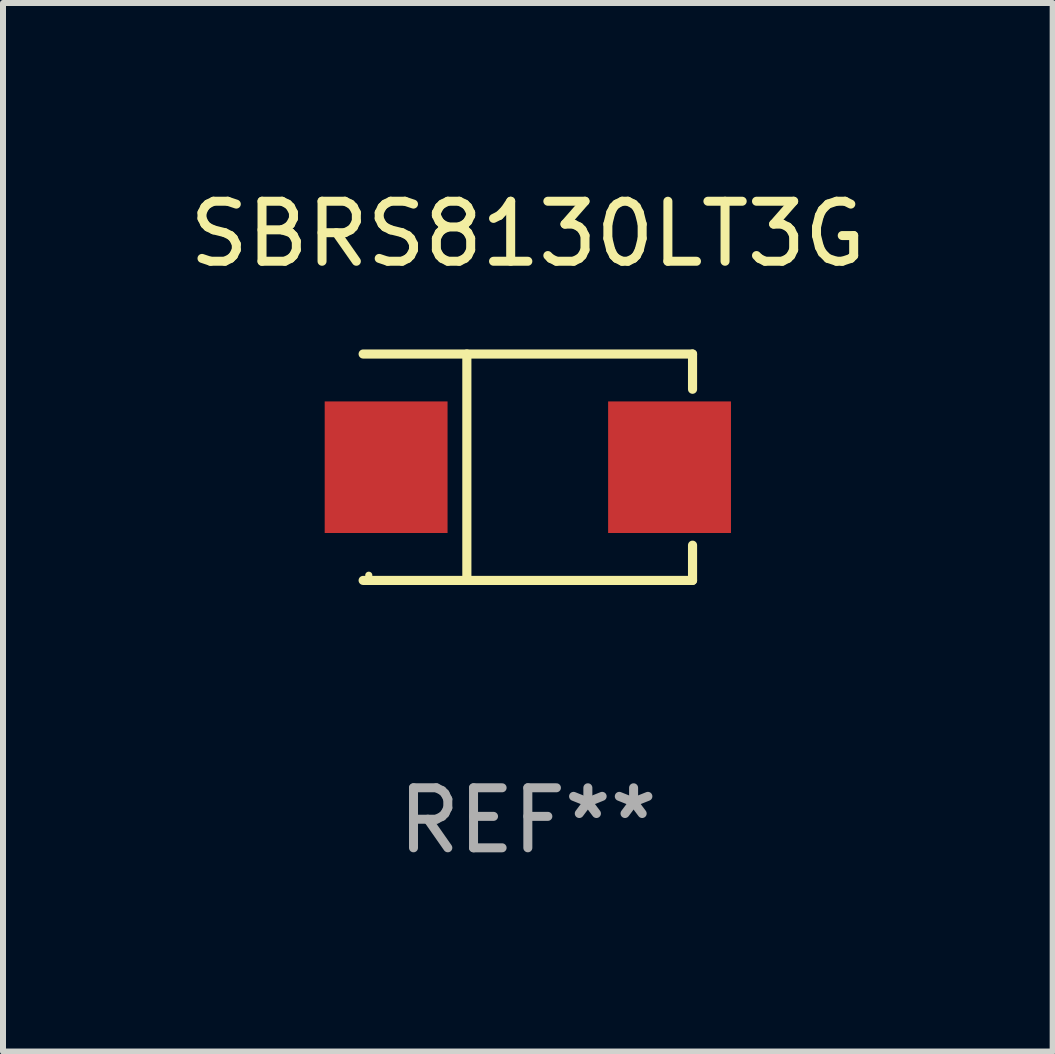
<source format=kicad_pcb>
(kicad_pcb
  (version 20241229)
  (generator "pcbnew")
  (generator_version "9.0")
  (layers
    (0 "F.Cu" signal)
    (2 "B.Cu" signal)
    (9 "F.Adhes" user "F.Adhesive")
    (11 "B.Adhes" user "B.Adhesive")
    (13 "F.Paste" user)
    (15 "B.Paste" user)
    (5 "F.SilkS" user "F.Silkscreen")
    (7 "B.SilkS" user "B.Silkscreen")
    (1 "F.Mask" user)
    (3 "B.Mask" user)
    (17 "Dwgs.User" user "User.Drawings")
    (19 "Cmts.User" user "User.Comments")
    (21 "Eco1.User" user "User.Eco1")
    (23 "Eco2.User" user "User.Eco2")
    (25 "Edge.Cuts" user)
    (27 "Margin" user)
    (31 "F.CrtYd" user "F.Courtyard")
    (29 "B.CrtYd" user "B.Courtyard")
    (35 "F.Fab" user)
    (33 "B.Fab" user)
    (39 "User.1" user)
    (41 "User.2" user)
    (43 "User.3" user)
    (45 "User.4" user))
  (footprint "SBRS8130LT3G"
    (layer "F.Cu")
    (at 5.744 4.734)
    (property "Reference" "SBRS8130LT3G" (at 0 -3.886 0) (layer "F.SilkS") (effects (font (size 1 1) (thickness 0.15))))
    (attr through_hole)
    (fp_line (start -2.744 -1.886) (end 2.744 -1.886) (stroke (width 0.152) (type solid)) (layer "F.SilkS"))
    (fp_line (start -2.744 1.886) (end 2.744 1.886) (stroke (width 0.152) (type solid)) (layer "F.SilkS"))
    (fp_line (start -1.016 -1.886) (end -1.016 1.886) (stroke (width 0.152) (type solid)) (layer "F.SilkS"))
    (fp_line (start 2.744 -1.886) (end 2.744 -1.299) (stroke (width 0.152) (type solid)) (layer "F.SilkS"))
    (fp_line (start 2.744 1.886) (end 2.744 1.299) (stroke (width 0.152) (type solid)) (layer "F.SilkS"))
    (fp_circle (center -2.65 1.8) (end -2.62 1.8) (stroke (width 0.06) (type solid)) (fill no) (layer "F.SilkS"))
    (fp_text user "REF**" (at 0 5.886 0) (layer "F.Fab") (effects (font (size 1 1) (thickness 0.15))))
    (pad "1" smd rect (at -2.361 0) (size 2.047 2.192) (layers "F.Cu" "F.Mask" "F.Paste"))
    (pad "2" smd rect (at 2.361 0) (size 2.047 2.192) (layers "F.Cu" "F.Mask" "F.Paste")))
  (gr_rect
    (start -3 -3)
    (end 14.488 14.469)
    (stroke (width 0.1) (type default))
    (fill no)
    (layer "Edge.Cuts")))
</source>
